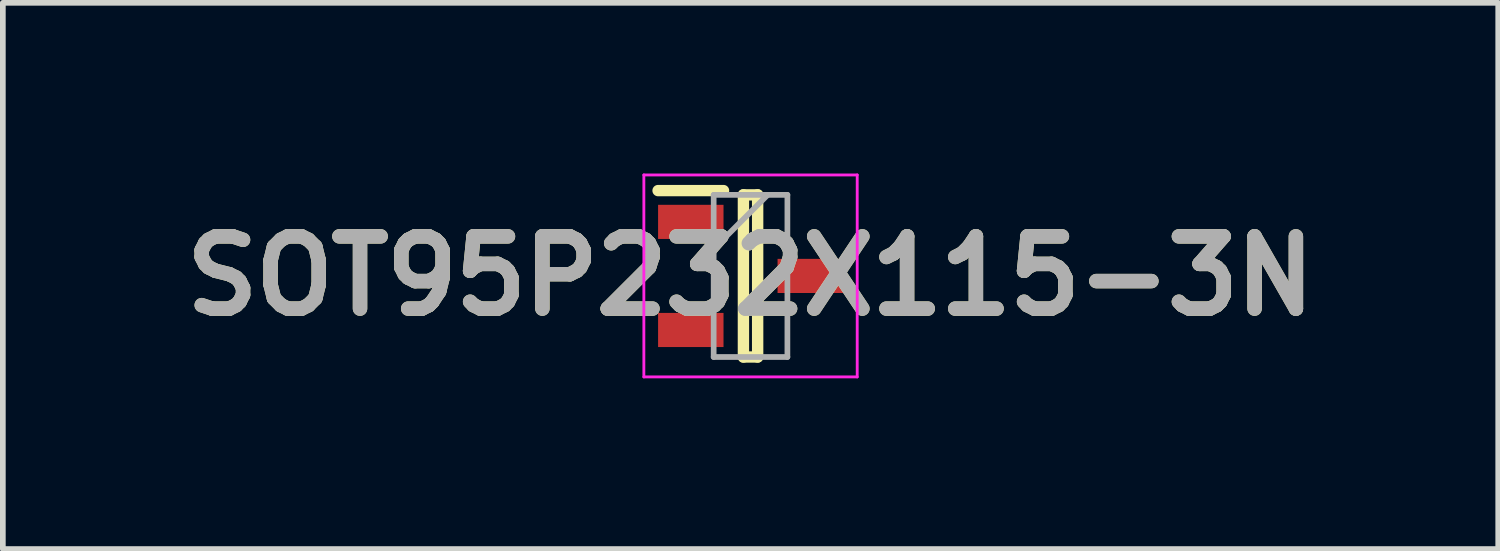
<source format=kicad_pcb>
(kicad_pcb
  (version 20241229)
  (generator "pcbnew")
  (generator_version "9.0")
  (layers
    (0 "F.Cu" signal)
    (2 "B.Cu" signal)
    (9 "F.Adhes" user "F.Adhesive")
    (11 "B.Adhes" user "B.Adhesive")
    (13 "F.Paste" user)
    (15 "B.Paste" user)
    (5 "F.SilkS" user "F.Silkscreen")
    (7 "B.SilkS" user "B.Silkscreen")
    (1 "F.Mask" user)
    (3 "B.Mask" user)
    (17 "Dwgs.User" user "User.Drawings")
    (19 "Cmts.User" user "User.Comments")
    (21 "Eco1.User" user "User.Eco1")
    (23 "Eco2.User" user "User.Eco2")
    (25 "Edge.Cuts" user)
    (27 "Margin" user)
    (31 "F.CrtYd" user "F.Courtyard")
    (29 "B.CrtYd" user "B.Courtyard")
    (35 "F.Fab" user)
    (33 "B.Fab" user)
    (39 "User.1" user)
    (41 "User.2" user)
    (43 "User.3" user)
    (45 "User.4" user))
  (footprint "SOT95P232X115-3N"
    (layer "F.Cu")
    (at 10.142 1.8)
    (property "Reference" "SOT95P232X115-3N" (at 0 0 0) (layer "F.SilkS") (effects (font (size 1.27 1.27) (thickness 0.254))))
    (attr smd)
    (fp_line (start -1.625 -1.5) (end -0.475 -1.5) (stroke (width 0.2) (type solid)) (layer "F.SilkS"))
    (fp_line (start -0.125 -1.425) (end 0.125 -1.425) (stroke (width 0.2) (type solid)) (layer "F.SilkS"))
    (fp_line (start -0.125 1.425) (end -0.125 -1.425) (stroke (width 0.2) (type solid)) (layer "F.SilkS"))
    (fp_line (start 0.125 -1.425) (end 0.125 1.425) (stroke (width 0.2) (type solid)) (layer "F.SilkS"))
    (fp_line (start 0.125 1.425) (end -0.125 1.425) (stroke (width 0.2) (type solid)) (layer "F.SilkS"))
    (fp_line (start -1.875 -1.775) (end 1.875 -1.775) (stroke (width 0.05) (type solid)) (layer "F.CrtYd"))
    (fp_line (start -1.875 1.775) (end -1.875 -1.775) (stroke (width 0.05) (type solid)) (layer "F.CrtYd"))
    (fp_line (start 1.875 -1.775) (end 1.875 1.775) (stroke (width 0.05) (type solid)) (layer "F.CrtYd"))
    (fp_line (start 1.875 1.775) (end -1.875 1.775) (stroke (width 0.05) (type solid)) (layer "F.CrtYd"))
    (fp_line (start -0.648 -1.425) (end 0.648 -1.425) (stroke (width 0.1) (type solid)) (layer "F.Fab"))
    (fp_line (start -0.648 -0.475) (end 0.302 -1.425) (stroke (width 0.1) (type solid)) (layer "F.Fab"))
    (fp_line (start -0.648 1.425) (end -0.648 -1.425) (stroke (width 0.1) (type solid)) (layer "F.Fab"))
    (fp_line (start 0.648 -1.425) (end 0.648 1.425) (stroke (width 0.1) (type solid)) (layer "F.Fab"))
    (fp_line (start 0.648 1.425) (end -0.648 1.425) (stroke (width 0.1) (type solid)) (layer "F.Fab"))
    (fp_text user "${REFERENCE}" (at 0 0 0) (layer "F.Fab") (effects (font (size 1.27 1.27) (thickness 0.254))))
    (pad "1" smd rect (at -1.05 -0.95 90) (size 0.6 1.15) (layers "F.Cu" "F.Mask" "F.Paste"))
    (pad "2" smd rect (at -1.05 0.95 90) (size 0.6 1.15) (layers "F.Cu" "F.Mask" "F.Paste"))
    (pad "3" smd rect (at 1.05 0 90) (size 0.6 1.15) (layers "F.Cu" "F.Mask" "F.Paste")))
  (gr_rect
    (start -3 -3)
    (end 23.284 6.6)
    (stroke (width 0.1) (type default))
    (fill no)
    (layer "Edge.Cuts")))
</source>
